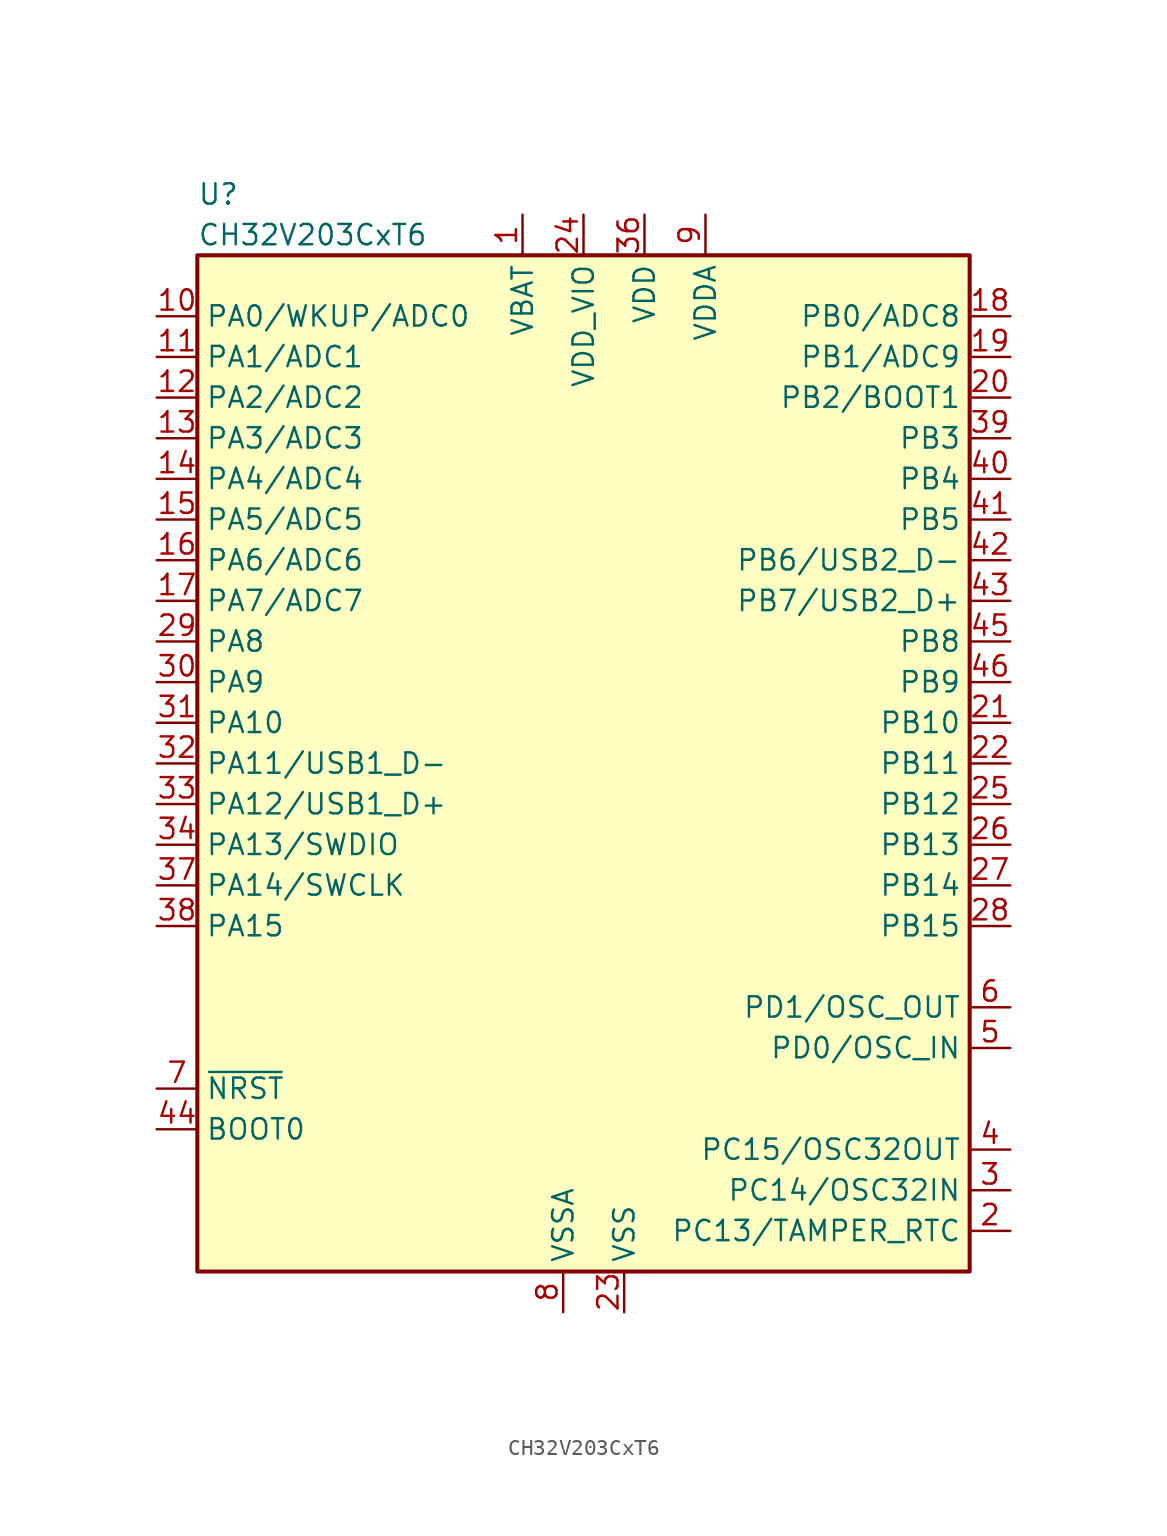
<source format=kicad_sym>
(kicad_symbol_lib
  (version 20220914)
  (generator kicad_symbol_editor)
  (symbol "CH32V203CxT6"
    (property "Reference" "U"
      (at -24.13 35.56 0)
      (effects (font (size 1.27 1.27)) (justify left)))
    (property "Value" "CH32V203CxT6"
      (at -24.13 33.02 0)
      (effects (font (size 1.27 1.27)) (justify left)))
    (symbol "CH32V203CxT6_0_1"
      (rectangle (start -24.13 31.75) (end 24.13 -31.75) (stroke (width 0.254) (type default)) (fill (type background))))
    (symbol "CH32V203CxT6_1_1"
      (pin power_in line (at -3.81 34.29 270) (length 2.54) (name "VBAT" (effects (font (size 1.27 1.27)))) (number "1" (effects (font (size 1.27 1.27)))))
      (pin bidirectional line (at -26.67 27.94 0) (length 2.54) (name "PA0/WKUP/ADC0" (effects (font (size 1.27 1.27)))) (number "10" (effects (font (size 1.27 1.27)))))
      (pin bidirectional line (at -26.67 25.4 0) (length 2.54) (name "PA1/ADC1" (effects (font (size 1.27 1.27)))) (number "11" (effects (font (size 1.27 1.27)))))
      (pin bidirectional line (at -26.67 22.86 0) (length 2.54) (name "PA2/ADC2" (effects (font (size 1.27 1.27)))) (number "12" (effects (font (size 1.27 1.27)))))
      (pin bidirectional line (at -26.67 20.32 0) (length 2.54) (name "PA3/ADC3" (effects (font (size 1.27 1.27)))) (number "13" (effects (font (size 1.27 1.27)))))
      (pin bidirectional line (at -26.67 17.78 0) (length 2.54) (name "PA4/ADC4" (effects (font (size 1.27 1.27)))) (number "14" (effects (font (size 1.27 1.27)))))
      (pin bidirectional line (at -26.67 15.24 0) (length 2.54) (name "PA5/ADC5" (effects (font (size 1.27 1.27)))) (number "15" (effects (font (size 1.27 1.27)))))
      (pin bidirectional line (at -26.67 12.7 0) (length 2.54) (name "PA6/ADC6" (effects (font (size 1.27 1.27)))) (number "16" (effects (font (size 1.27 1.27)))))
      (pin bidirectional line (at -26.67 10.16 0) (length 2.54) (name "PA7/ADC7" (effects (font (size 1.27 1.27)))) (number "17" (effects (font (size 1.27 1.27)))))
      (pin bidirectional line (at 26.67 27.94 180) (length 2.54) (name "PB0/ADC8" (effects (font (size 1.27 1.27)))) (number "18" (effects (font (size 1.27 1.27)))))
      (pin bidirectional line (at 26.67 25.4 180) (length 2.54) (name "PB1/ADC9" (effects (font (size 1.27 1.27)))) (number "19" (effects (font (size 1.27 1.27)))))
      (pin bidirectional line (at 26.67 -29.21 180) (length 2.54) (name "PC13/TAMPER_RTC" (effects (font (size 1.27 1.27)))) (number "2" (effects (font (size 1.27 1.27)))))
      (pin bidirectional line (at 26.67 22.86 180) (length 2.54) (name "PB2/BOOT1" (effects (font (size 1.27 1.27)))) (number "20" (effects (font (size 1.27 1.27)))))
      (pin bidirectional line (at 26.67 2.54 180) (length 2.54) (name "PB10" (effects (font (size 1.27 1.27)))) (number "21" (effects (font (size 1.27 1.27)))))
      (pin bidirectional line (at 26.67 0 180) (length 2.54) (name "PB11" (effects (font (size 1.27 1.27)))) (number "22" (effects (font (size 1.27 1.27)))))
      (pin power_in line (at 2.54 -34.29 90) (length 2.54) (name "VSS" (effects (font (size 1.27 1.27)))) (number "23" (effects (font (size 1.27 1.27)))))
      (pin power_in line (at 0 34.29 270) (length 2.54) (name "VDD_VIO" (effects (font (size 1.27 1.27)))) (number "24" (effects (font (size 1.27 1.27)))))
      (pin bidirectional line (at 26.67 -2.54 180) (length 2.54) (name "PB12" (effects (font (size 1.27 1.27)))) (number "25" (effects (font (size 1.27 1.27)))))
      (pin bidirectional line (at 26.67 -5.08 180) (length 2.54) (name "PB13" (effects (font (size 1.27 1.27)))) (number "26" (effects (font (size 1.27 1.27)))))
      (pin bidirectional line (at 26.67 -7.62 180) (length 2.54) (name "PB14" (effects (font (size 1.27 1.27)))) (number "27" (effects (font (size 1.27 1.27)))))
      (pin bidirectional line (at 26.67 -10.16 180) (length 2.54) (name "PB15" (effects (font (size 1.27 1.27)))) (number "28" (effects (font (size 1.27 1.27)))))
      (pin bidirectional line (at -26.67 7.62 0) (length 2.54) (name "PA8" (effects (font (size 1.27 1.27)))) (number "29" (effects (font (size 1.27 1.27)))))
      (pin bidirectional line (at 26.67 -26.67 180) (length 2.54) (name "PC14/OSC32IN" (effects (font (size 1.27 1.27)))) (number "3" (effects (font (size 1.27 1.27)))))
      (pin bidirectional line (at -26.67 5.08 0) (length 2.54) (name "PA9" (effects (font (size 1.27 1.27)))) (number "30" (effects (font (size 1.27 1.27)))))
      (pin bidirectional line (at -26.67 2.54 0) (length 2.54) (name "PA10" (effects (font (size 1.27 1.27)))) (number "31" (effects (font (size 1.27 1.27)))))
      (pin bidirectional line (at -26.67 0 0) (length 2.54) (name "PA11/USB1_D-" (effects (font (size 1.27 1.27)))) (number "32" (effects (font (size 1.27 1.27)))))
      (pin bidirectional line (at -26.67 -2.54 0) (length 2.54) (name "PA12/USB1_D+" (effects (font (size 1.27 1.27)))) (number "33" (effects (font (size 1.27 1.27)))))
      (pin bidirectional line (at -26.67 -5.08 0) (length 2.54) (name "PA13/SWDIO" (effects (font (size 1.27 1.27)))) (number "34" (effects (font (size 1.27 1.27)))))
      (pin passive line (at 2.54 -34.29 90) (length 2.54) hide (name "VSS_2" (effects (font (size 1.27 1.27)))) (number "35" (effects (font (size 1.27 1.27)))))
      (pin power_in line (at 3.81 34.29 270) (length 2.54) (name "VDD" (effects (font (size 1.27 1.27)))) (number "36" (effects (font (size 1.27 1.27)))))
      (pin bidirectional line (at -26.67 -7.62 0) (length 2.54) (name "PA14/SWCLK" (effects (font (size 1.27 1.27)))) (number "37" (effects (font (size 1.27 1.27)))))
      (pin bidirectional line (at -26.67 -10.16 0) (length 2.54) (name "PA15" (effects (font (size 1.27 1.27)))) (number "38" (effects (font (size 1.27 1.27)))))
      (pin bidirectional line (at 26.67 20.32 180) (length 2.54) (name "PB3" (effects (font (size 1.27 1.27)))) (number "39" (effects (font (size 1.27 1.27)))))
      (pin bidirectional line (at 26.67 -24.13 180) (length 2.54) (name "PC15/OSC32OUT" (effects (font (size 1.27 1.27)))) (number "4" (effects (font (size 1.27 1.27)))))
      (pin bidirectional line (at 26.67 17.78 180) (length 2.54) (name "PB4" (effects (font (size 1.27 1.27)))) (number "40" (effects (font (size 1.27 1.27)))))
      (pin bidirectional line (at 26.67 15.24 180) (length 2.54) (name "PB5" (effects (font (size 1.27 1.27)))) (number "41" (effects (font (size 1.27 1.27)))))
      (pin bidirectional line (at 26.67 12.7 180) (length 2.54) (name "PB6/USB2_D-" (effects (font (size 1.27 1.27)))) (number "42" (effects (font (size 1.27 1.27)))))
      (pin bidirectional line (at 26.67 10.16 180) (length 2.54) (name "PB7/USB2_D+" (effects (font (size 1.27 1.27)))) (number "43" (effects (font (size 1.27 1.27)))))
      (pin input line (at -26.67 -22.86 0) (length 2.54) (name "BOOT0" (effects (font (size 1.27 1.27)))) (number "44" (effects (font (size 1.27 1.27)))))
      (pin bidirectional line (at 26.67 7.62 180) (length 2.54) (name "PB8" (effects (font (size 1.27 1.27)))) (number "45" (effects (font (size 1.27 1.27)))))
      (pin bidirectional line (at 26.67 5.08 180) (length 2.54) (name "PB9" (effects (font (size 1.27 1.27)))) (number "46" (effects (font (size 1.27 1.27)))))
      (pin passive line (at 2.54 -34.29 90) (length 2.54) hide (name "VSS_3" (effects (font (size 1.27 1.27)))) (number "47" (effects (font (size 1.27 1.27)))))
      (pin passive line (at 0 34.29 270) (length 2.54) hide (name "VDD_VIO_3" (effects (font (size 1.27 1.27)))) (number "48" (effects (font (size 1.27 1.27)))))
      (pin bidirectional line (at 26.67 -17.78 180) (length 2.54) (name "PD0/OSC_IN" (effects (font (size 1.27 1.27)))) (number "5" (effects (font (size 1.27 1.27)))))
      (pin bidirectional line (at 26.67 -15.24 180) (length 2.54) (name "PD1/OSC_OUT" (effects (font (size 1.27 1.27)))) (number "6" (effects (font (size 1.27 1.27)))))
      (pin input line (at -26.67 -20.32 0) (length 2.54) (name "~{NRST}" (effects (font (size 1.27 1.27)))) (number "7" (effects (font (size 1.27 1.27)))))
      (pin power_in line (at -1.27 -34.29 90) (length 2.54) (name "VSSA" (effects (font (size 1.27 1.27)))) (number "8" (effects (font (size 1.27 1.27)))))
      (pin power_in line (at 7.62 34.29 270) (length 2.54) (name "VDDA" (effects (font (size 1.27 1.27)))) (number "9" (effects (font (size 1.27 1.27))))))))
</source>
